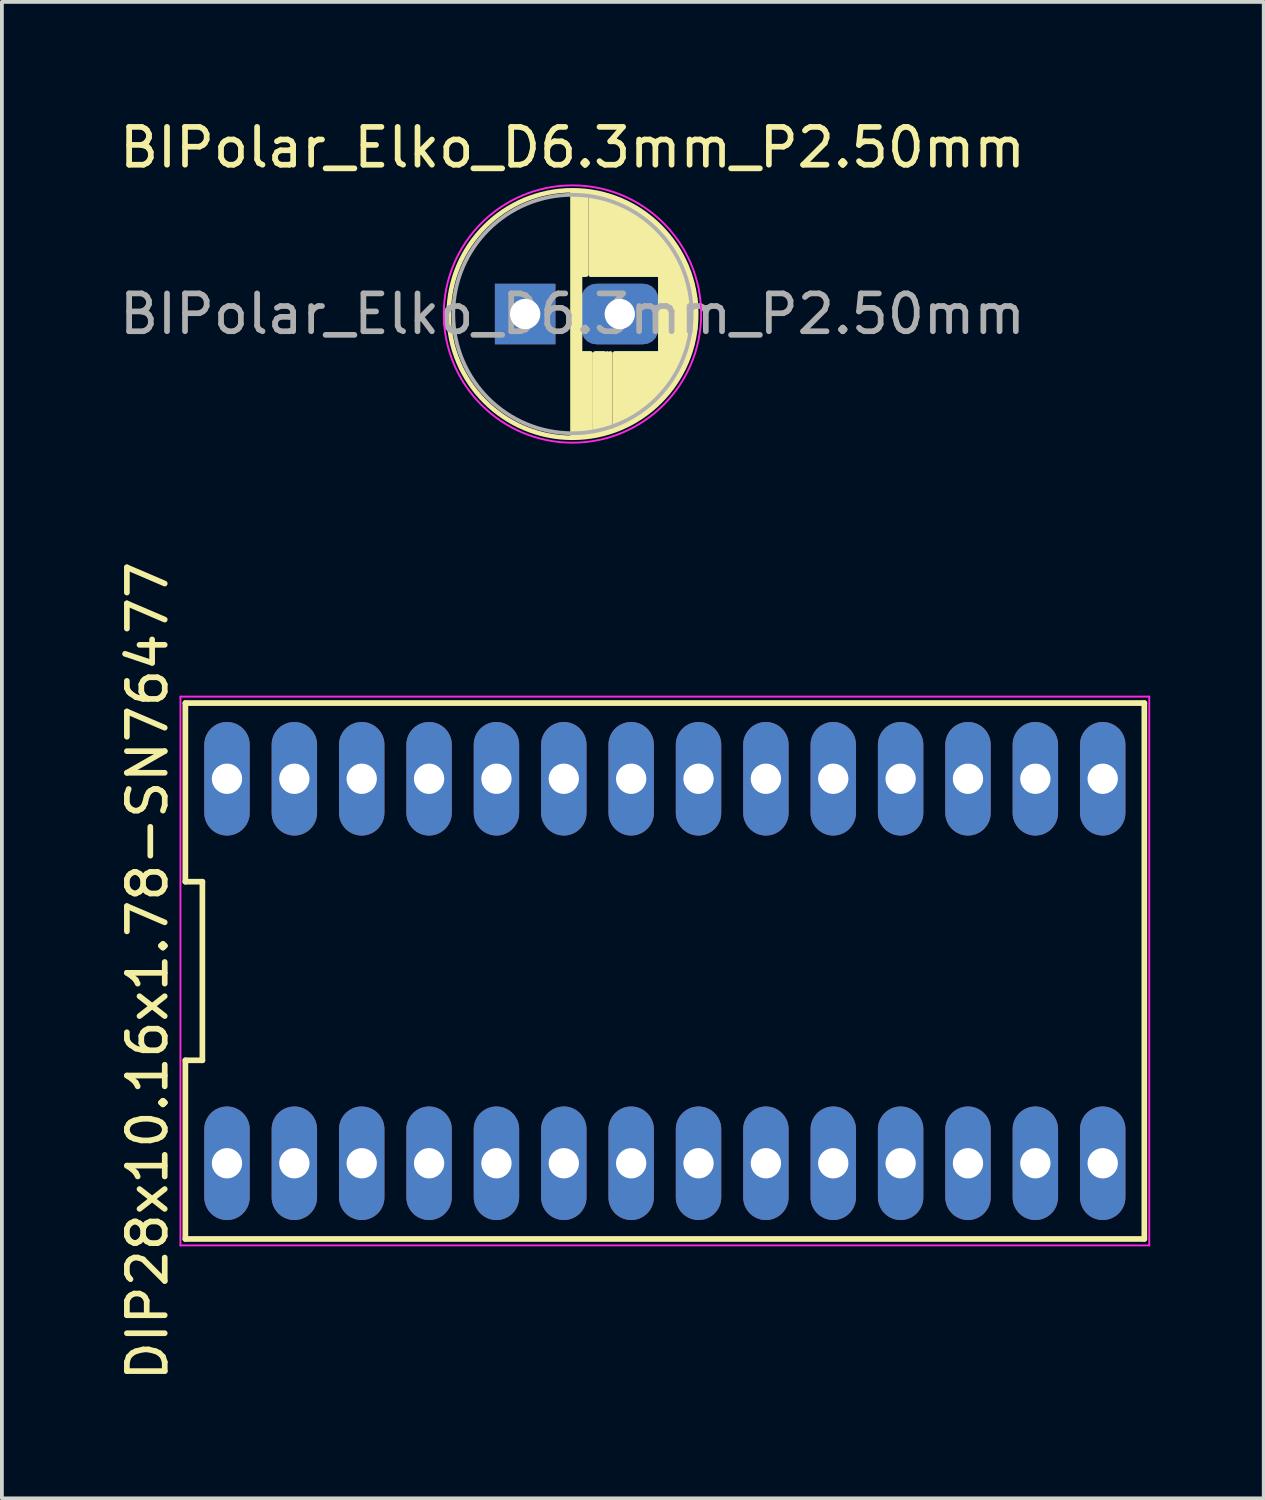
<source format=kicad_pcb>
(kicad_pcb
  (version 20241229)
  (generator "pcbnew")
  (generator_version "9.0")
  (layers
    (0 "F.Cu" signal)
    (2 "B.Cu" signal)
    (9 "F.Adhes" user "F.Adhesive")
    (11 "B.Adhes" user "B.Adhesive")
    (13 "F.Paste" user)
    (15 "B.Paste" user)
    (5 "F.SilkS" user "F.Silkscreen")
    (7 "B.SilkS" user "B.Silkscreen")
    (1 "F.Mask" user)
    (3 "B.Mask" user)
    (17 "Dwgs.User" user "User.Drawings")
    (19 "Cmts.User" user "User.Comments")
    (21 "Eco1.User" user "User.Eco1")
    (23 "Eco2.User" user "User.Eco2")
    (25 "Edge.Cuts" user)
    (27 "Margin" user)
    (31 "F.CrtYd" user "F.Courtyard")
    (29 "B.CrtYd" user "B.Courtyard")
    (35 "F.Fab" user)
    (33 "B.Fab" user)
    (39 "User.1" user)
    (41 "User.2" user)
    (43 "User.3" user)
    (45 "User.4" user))
  (footprint "BIPolar_Elko_D6.3mm_P2.50mm"
    (layer "F.Cu")
    (at 10.827 5.248)
    (property "Reference" "BIPolar_Elko_D6.3mm_P2.50mm" (at 1.25 -4.4 0) (layer "F.SilkS") (effects (font (size 1 1) (thickness 0.15))))
    (attr through_hole)
    (fp_line (start 1.25 -3.23) (end 1.25 3.23) (stroke (width 0.12) (type solid)) (layer "F.SilkS"))
    (fp_line (start 1.29 -3.23) (end 1.29 3.23) (stroke (width 0.12) (type solid)) (layer "F.SilkS"))
    (fp_line (start 1.33 -3.23) (end 1.33 3.23) (stroke (width 0.12) (type solid)) (layer "F.SilkS"))
    (fp_line (start 1.37 -3.228) (end 1.37 3.228) (stroke (width 0.12) (type solid)) (layer "F.SilkS"))
    (fp_line (start 1.41 -3.227) (end 1.41 3.227) (stroke (width 0.12) (type solid)) (layer "F.SilkS"))
    (fp_line (start 1.45 -3.224) (end 1.45 3.224) (stroke (width 0.12) (type solid)) (layer "F.SilkS"))
    (fp_line (start 1.49 -3.222) (end 1.49 -1.04) (stroke (width 0.12) (type solid)) (layer "F.SilkS"))
    (fp_line (start 1.49 1.04) (end 1.49 3.222) (stroke (width 0.12) (type solid)) (layer "F.SilkS"))
    (fp_line (start 1.53 -3.218) (end 1.53 -1.04) (stroke (width 0.12) (type solid)) (layer "F.SilkS"))
    (fp_line (start 1.53 1.04) (end 1.53 3.218) (stroke (width 0.12) (type solid)) (layer "F.SilkS"))
    (fp_line (start 1.57 -3.215) (end 1.57 -1.04) (stroke (width 0.12) (type solid)) (layer "F.SilkS"))
    (fp_line (start 1.57 1.04) (end 1.57 3.215) (stroke (width 0.12) (type solid)) (layer "F.SilkS"))
    (fp_line (start 1.61 -3.211) (end 1.61 -1.04) (stroke (width 0.12) (type solid)) (layer "F.SilkS"))
    (fp_line (start 1.61 1.04) (end 1.61 3.211) (stroke (width 0.12) (type solid)) (layer "F.SilkS"))
    (fp_line (start 1.65 1.04) (end 1.65 3.206) (stroke (width 0.12) (type solid)) (layer "F.SilkS"))
    (fp_line (start 1.69 1.04) (end 1.69 3.201) (stroke (width 0.12) (type solid)) (layer "F.SilkS"))
    (fp_line (start 1.73 -3.195) (end 1.73 -1.04) (stroke (width 0.12) (type solid)) (layer "F.SilkS"))
    (fp_line (start 1.73 1.04) (end 1.73 3.195) (stroke (width 0.12) (type solid)) (layer "F.SilkS"))
    (fp_line (start 1.77 -3.189) (end 1.77 -1.04) (stroke (width 0.12) (type solid)) (layer "F.SilkS"))
    (fp_line (start 1.81 -3.182) (end 1.81 -1.04) (stroke (width 0.12) (type solid)) (layer "F.SilkS"))
    (fp_line (start 1.85 -3.175) (end 1.85 -1.04) (stroke (width 0.12) (type solid)) (layer "F.SilkS"))
    (fp_line (start 1.85 1.04) (end 1.85 3.175) (stroke (width 0.12) (type solid)) (layer "F.SilkS"))
    (fp_line (start 1.89 -3.167) (end 1.89 -1.04) (stroke (width 0.12) (type solid)) (layer "F.SilkS"))
    (fp_line (start 1.89 1.04) (end 1.89 3.167) (stroke (width 0.12) (type solid)) (layer "F.SilkS"))
    (fp_line (start 1.93 -3.159) (end 1.93 -1.04) (stroke (width 0.12) (type solid)) (layer "F.SilkS"))
    (fp_line (start 1.93 1.04) (end 1.93 3.159) (stroke (width 0.12) (type solid)) (layer "F.SilkS"))
    (fp_line (start 1.971 -3.15) (end 1.971 -1.04) (stroke (width 0.12) (type solid)) (layer "F.SilkS"))
    (fp_line (start 1.971 1.04) (end 1.971 3.15) (stroke (width 0.12) (type solid)) (layer "F.SilkS"))
    (fp_line (start 2.011 -3.141) (end 2.011 -1.04) (stroke (width 0.12) (type solid)) (layer "F.SilkS"))
    (fp_line (start 2.011 1.04) (end 2.011 3.141) (stroke (width 0.12) (type solid)) (layer "F.SilkS"))
    (fp_line (start 2.051 -3.131) (end 2.051 -1.04) (stroke (width 0.12) (type solid)) (layer "F.SilkS"))
    (fp_line (start 2.051 1.04) (end 2.051 3.131) (stroke (width 0.12) (type solid)) (layer "F.SilkS"))
    (fp_line (start 2.091 -3.121) (end 2.091 -1.04) (stroke (width 0.12) (type solid)) (layer "F.SilkS"))
    (fp_line (start 2.091 1.04) (end 2.091 3.121) (stroke (width 0.12) (type solid)) (layer "F.SilkS"))
    (fp_line (start 2.131 -3.11) (end 2.131 -1.04) (stroke (width 0.12) (type solid)) (layer "F.SilkS"))
    (fp_line (start 2.171 -3.098) (end 2.171 -1.04) (stroke (width 0.12) (type solid)) (layer "F.SilkS"))
    (fp_line (start 2.171 1.04) (end 2.171 3.098) (stroke (width 0.12) (type solid)) (layer "F.SilkS"))
    (fp_line (start 2.211 -3.086) (end 2.211 -1.04) (stroke (width 0.12) (type solid)) (layer "F.SilkS"))
    (fp_line (start 2.251 -3.074) (end 2.251 -1.04) (stroke (width 0.12) (type solid)) (layer "F.SilkS"))
    (fp_line (start 2.251 1.04) (end 2.251 3.074) (stroke (width 0.12) (type solid)) (layer "F.SilkS"))
    (fp_line (start 2.291 -3.061) (end 2.291 -1.04) (stroke (width 0.12) (type solid)) (layer "F.SilkS"))
    (fp_line (start 2.331 -3.047) (end 2.331 -1.04) (stroke (width 0.12) (type solid)) (layer "F.SilkS"))
    (fp_line (start 2.371 -3.033) (end 2.371 -1.04) (stroke (width 0.12) (type solid)) (layer "F.SilkS"))
    (fp_line (start 2.371 1.04) (end 2.371 3.033) (stroke (width 0.12) (type solid)) (layer "F.SilkS"))
    (fp_line (start 2.411 -3.018) (end 2.411 -1.04) (stroke (width 0.12) (type solid)) (layer "F.SilkS"))
    (fp_line (start 2.411 1.04) (end 2.411 3.018) (stroke (width 0.12) (type solid)) (layer "F.SilkS"))
    (fp_line (start 2.451 -3.002) (end 2.451 -1.04) (stroke (width 0.12) (type solid)) (layer "F.SilkS"))
    (fp_line (start 2.451 1.04) (end 2.451 3.002) (stroke (width 0.12) (type solid)) (layer "F.SilkS"))
    (fp_line (start 2.491 -2.986) (end 2.491 -1.04) (stroke (width 0.12) (type solid)) (layer "F.SilkS"))
    (fp_line (start 2.491 1.04) (end 2.491 2.986) (stroke (width 0.12) (type solid)) (layer "F.SilkS"))
    (fp_line (start 2.531 -2.97) (end 2.531 -1.04) (stroke (width 0.12) (type solid)) (layer "F.SilkS"))
    (fp_line (start 2.531 1.04) (end 2.531 2.97) (stroke (width 0.12) (type solid)) (layer "F.SilkS"))
    (fp_line (start 2.571 -2.952) (end 2.571 -1.04) (stroke (width 0.12) (type solid)) (layer "F.SilkS"))
    (fp_line (start 2.571 1.04) (end 2.571 2.952) (stroke (width 0.12) (type solid)) (layer "F.SilkS"))
    (fp_line (start 2.611 -2.934) (end 2.611 -1.04) (stroke (width 0.12) (type solid)) (layer "F.SilkS"))
    (fp_line (start 2.611 1.04) (end 2.611 2.934) (stroke (width 0.12) (type solid)) (layer "F.SilkS"))
    (fp_line (start 2.651 -2.916) (end 2.651 -1.04) (stroke (width 0.12) (type solid)) (layer "F.SilkS"))
    (fp_line (start 2.651 1.04) (end 2.651 2.916) (stroke (width 0.12) (type solid)) (layer "F.SilkS"))
    (fp_line (start 2.691 -2.896) (end 2.691 -1.04) (stroke (width 0.12) (type solid)) (layer "F.SilkS"))
    (fp_line (start 2.691 1.04) (end 2.691 2.896) (stroke (width 0.12) (type solid)) (layer "F.SilkS"))
    (fp_line (start 2.731 -2.876) (end 2.731 -1.04) (stroke (width 0.12) (type solid)) (layer "F.SilkS"))
    (fp_line (start 2.731 1.04) (end 2.731 2.876) (stroke (width 0.12) (type solid)) (layer "F.SilkS"))
    (fp_line (start 2.771 -2.856) (end 2.771 -1.04) (stroke (width 0.12) (type solid)) (layer "F.SilkS"))
    (fp_line (start 2.771 1.04) (end 2.771 2.856) (stroke (width 0.12) (type solid)) (layer "F.SilkS"))
    (fp_line (start 2.811 -2.834) (end 2.811 -1.04) (stroke (width 0.12) (type solid)) (layer "F.SilkS"))
    (fp_line (start 2.811 1.04) (end 2.811 2.834) (stroke (width 0.12) (type solid)) (layer "F.SilkS"))
    (fp_line (start 2.851 -2.812) (end 2.851 -1.04) (stroke (width 0.12) (type solid)) (layer "F.SilkS"))
    (fp_line (start 2.851 1.04) (end 2.851 2.812) (stroke (width 0.12) (type solid)) (layer "F.SilkS"))
    (fp_line (start 2.891 -2.79) (end 2.891 -1.04) (stroke (width 0.12) (type solid)) (layer "F.SilkS"))
    (fp_line (start 2.891 1.04) (end 2.891 2.79) (stroke (width 0.12) (type solid)) (layer "F.SilkS"))
    (fp_line (start 2.931 -2.766) (end 2.931 -1.04) (stroke (width 0.12) (type solid)) (layer "F.SilkS"))
    (fp_line (start 2.931 1.04) (end 2.931 2.766) (stroke (width 0.12) (type solid)) (layer "F.SilkS"))
    (fp_line (start 2.971 -2.742) (end 2.971 -1.04) (stroke (width 0.12) (type solid)) (layer "F.SilkS"))
    (fp_line (start 2.971 1.04) (end 2.971 2.742) (stroke (width 0.12) (type solid)) (layer "F.SilkS"))
    (fp_line (start 3.011 -2.716) (end 3.011 -1.04) (stroke (width 0.12) (type solid)) (layer "F.SilkS"))
    (fp_line (start 3.011 1.04) (end 3.011 2.716) (stroke (width 0.12) (type solid)) (layer "F.SilkS"))
    (fp_line (start 3.051 -2.69) (end 3.051 -1.04) (stroke (width 0.12) (type solid)) (layer "F.SilkS"))
    (fp_line (start 3.051 1.04) (end 3.051 2.69) (stroke (width 0.12) (type solid)) (layer "F.SilkS"))
    (fp_line (start 3.091 -2.664) (end 3.091 -1.04) (stroke (width 0.12) (type solid)) (layer "F.SilkS"))
    (fp_line (start 3.091 1.04) (end 3.091 2.664) (stroke (width 0.12) (type solid)) (layer "F.SilkS"))
    (fp_line (start 3.131 -2.636) (end 3.131 -1.04) (stroke (width 0.12) (type solid)) (layer "F.SilkS"))
    (fp_line (start 3.131 1.04) (end 3.131 2.636) (stroke (width 0.12) (type solid)) (layer "F.SilkS"))
    (fp_line (start 3.171 -2.607) (end 3.171 -1.04) (stroke (width 0.12) (type solid)) (layer "F.SilkS"))
    (fp_line (start 3.171 1.04) (end 3.171 2.607) (stroke (width 0.12) (type solid)) (layer "F.SilkS"))
    (fp_line (start 3.211 -2.578) (end 3.211 -1.04) (stroke (width 0.12) (type solid)) (layer "F.SilkS"))
    (fp_line (start 3.211 1.04) (end 3.211 2.578) (stroke (width 0.12) (type solid)) (layer "F.SilkS"))
    (fp_line (start 3.251 -2.548) (end 3.251 -1.04) (stroke (width 0.12) (type solid)) (layer "F.SilkS"))
    (fp_line (start 3.251 1.04) (end 3.251 2.548) (stroke (width 0.12) (type solid)) (layer "F.SilkS"))
    (fp_line (start 3.291 -2.516) (end 3.291 -1.04) (stroke (width 0.12) (type solid)) (layer "F.SilkS"))
    (fp_line (start 3.291 1.04) (end 3.291 2.516) (stroke (width 0.12) (type solid)) (layer "F.SilkS"))
    (fp_line (start 3.331 -2.484) (end 3.331 -1.04) (stroke (width 0.12) (type solid)) (layer "F.SilkS"))
    (fp_line (start 3.331 1.04) (end 3.331 2.484) (stroke (width 0.12) (type solid)) (layer "F.SilkS"))
    (fp_line (start 3.371 -2.45) (end 3.371 -1.04) (stroke (width 0.12) (type solid)) (layer "F.SilkS"))
    (fp_line (start 3.371 1.04) (end 3.371 2.45) (stroke (width 0.12) (type solid)) (layer "F.SilkS"))
    (fp_line (start 3.411 -2.416) (end 3.411 -1.04) (stroke (width 0.12) (type solid)) (layer "F.SilkS"))
    (fp_line (start 3.411 1.04) (end 3.411 2.416) (stroke (width 0.12) (type solid)) (layer "F.SilkS"))
    (fp_line (start 3.451 -2.38) (end 3.451 -1.04) (stroke (width 0.12) (type solid)) (layer "F.SilkS"))
    (fp_line (start 3.451 1.04) (end 3.451 2.38) (stroke (width 0.12) (type solid)) (layer "F.SilkS"))
    (fp_line (start 3.491 -2.343) (end 3.491 -1.04) (stroke (width 0.12) (type solid)) (layer "F.SilkS"))
    (fp_line (start 3.491 1.04) (end 3.491 2.343) (stroke (width 0.12) (type solid)) (layer "F.SilkS"))
    (fp_line (start 3.531 -2.305) (end 3.531 -1.04) (stroke (width 0.12) (type solid)) (layer "F.SilkS"))
    (fp_line (start 3.531 1.04) (end 3.531 2.305) (stroke (width 0.12) (type solid)) (layer "F.SilkS"))
    (fp_line (start 3.571 -2.265) (end 3.571 2.265) (stroke (width 0.12) (type solid)) (layer "F.SilkS"))
    (fp_line (start 3.611 -2.224) (end 3.611 2.224) (stroke (width 0.12) (type solid)) (layer "F.SilkS"))
    (fp_line (start 3.651 -2.182) (end 3.651 2.182) (stroke (width 0.12) (type solid)) (layer "F.SilkS"))
    (fp_line (start 3.691 -2.137) (end 3.691 2.137) (stroke (width 0.12) (type solid)) (layer "F.SilkS"))
    (fp_line (start 3.731 -2.092) (end 3.731 2.092) (stroke (width 0.12) (type solid)) (layer "F.SilkS"))
    (fp_line (start 3.771 -2.044) (end 3.771 2.044) (stroke (width 0.12) (type solid)) (layer "F.SilkS"))
    (fp_line (start 3.811 -1.995) (end 3.811 1.995) (stroke (width 0.12) (type solid)) (layer "F.SilkS"))
    (fp_line (start 3.851 -1.944) (end 3.851 1.944) (stroke (width 0.12) (type solid)) (layer "F.SilkS"))
    (fp_line (start 3.891 -1.89) (end 3.891 1.89) (stroke (width 0.12) (type solid)) (layer "F.SilkS"))
    (fp_line (start 3.931 -1.834) (end 3.931 1.834) (stroke (width 0.12) (type solid)) (layer "F.SilkS"))
    (fp_line (start 3.971 -1.776) (end 3.971 1.776) (stroke (width 0.12) (type solid)) (layer "F.SilkS"))
    (fp_line (start 4.011 -1.714) (end 4.011 1.714) (stroke (width 0.12) (type solid)) (layer "F.SilkS"))
    (fp_line (start 4.051 -1.65) (end 4.051 1.65) (stroke (width 0.12) (type solid)) (layer "F.SilkS"))
    (fp_line (start 4.091 -1.581) (end 4.091 1.581) (stroke (width 0.12) (type solid)) (layer "F.SilkS"))
    (fp_line (start 4.131 -1.509) (end 4.131 1.509) (stroke (width 0.12) (type solid)) (layer "F.SilkS"))
    (fp_line (start 4.171 -1.432) (end 4.171 1.432) (stroke (width 0.12) (type solid)) (layer "F.SilkS"))
    (fp_line (start 4.211 -1.35) (end 4.211 1.35) (stroke (width 0.12) (type solid)) (layer "F.SilkS"))
    (fp_line (start 4.251 -1.262) (end 4.251 1.262) (stroke (width 0.12) (type solid)) (layer "F.SilkS"))
    (fp_line (start 4.291 -1.165) (end 4.291 1.165) (stroke (width 0.12) (type solid)) (layer "F.SilkS"))
    (fp_line (start 4.331 -1.059) (end 4.331 1.059) (stroke (width 0.12) (type solid)) (layer "F.SilkS"))
    (fp_line (start 4.371 -0.94) (end 4.371 0.94) (stroke (width 0.12) (type solid)) (layer "F.SilkS"))
    (fp_line (start 4.411 -0.802) (end 4.411 0.802) (stroke (width 0.12) (type solid)) (layer "F.SilkS"))
    (fp_line (start 4.451 -0.633) (end 4.451 0.633) (stroke (width 0.12) (type solid)) (layer "F.SilkS"))
    (fp_line (start 4.491 -0.402) (end 4.491 0.402) (stroke (width 0.12) (type solid)) (layer "F.SilkS"))
    (fp_circle (center 1.25 0) (end 4.52 0) (stroke (width 0.12) (type solid)) (fill no) (layer "F.SilkS"))
    (fp_circle (center 1.25 0) (end 4.65 0) (stroke (width 0.05) (type solid)) (fill no) (layer "F.CrtYd"))
    (fp_circle (center 1.25 0) (end 4.4 0) (stroke (width 0.1) (type solid)) (fill no) (layer "F.Fab"))
    (fp_text user "${REFERENCE}" (at 1.25 0 0) (layer "F.Fab") (effects (font (size 1 1) (thickness 0.15))))
    (pad "1" thru_hole rect (at 0 0) (size 1.6 1.6) (drill 0.8) (layers "*.Cu" "*.Mask"))
    (pad "2" thru_hole roundrect (at 2.5 0) (size 2.032 1.6) (drill 0.8) (layers "*.Cu" "*.Mask") (roundrect_rratio 0.25)))
  (footprint "DIP28x10.16x1.78-SN76477"
    (layer "F.Cu")
    (at 14.518 22.608)
    (property "Reference" "DIP28x10.16x1.78-SN76477" (at -13.67 0 90) (layer "F.SilkS") (effects (font (size 1 1) (thickness 0.15))))
    (attr through_hole)
    (fp_line (start -12.67 -7.08) (end -12.67 -2.36) (stroke (width 0.15) (type solid)) (layer "F.SilkS"))
    (fp_line (start -12.67 -2.36) (end -12.22 -2.36) (stroke (width 0.15) (type solid)) (layer "F.SilkS"))
    (fp_line (start -12.67 2.36) (end -12.67 7.08) (stroke (width 0.15) (type solid)) (layer "F.SilkS"))
    (fp_line (start -12.67 7.08) (end 12.67 7.08) (stroke (width 0.15) (type solid)) (layer "F.SilkS"))
    (fp_line (start -12.22 -2.36) (end -12.22 2.36) (stroke (width 0.15) (type solid)) (layer "F.SilkS"))
    (fp_line (start -12.22 2.36) (end -12.67 2.36) (stroke (width 0.15) (type solid)) (layer "F.SilkS"))
    (fp_line (start 12.67 -7.08) (end -12.67 -7.08) (stroke (width 0.15) (type solid)) (layer "F.SilkS"))
    (fp_line (start 12.67 7.08) (end 12.67 -7.08) (stroke (width 0.15) (type solid)) (layer "F.SilkS"))
    (fp_line (start -12.8 -7.25) (end 12.8 -7.25) (stroke (width 0.05) (type solid)) (layer "F.CrtYd"))
    (fp_line (start -12.8 7.25) (end -12.8 -7.25) (stroke (width 0.05) (type solid)) (layer "F.CrtYd"))
    (fp_line (start 12.8 -7.25) (end 12.8 7.25) (stroke (width 0.05) (type solid)) (layer "F.CrtYd"))
    (fp_line (start 12.8 7.25) (end -12.8 7.25) (stroke (width 0.05) (type solid)) (layer "F.CrtYd"))
    (pad "1" thru_hole oval (at -11.57 5.08) (size 1.2 3) (drill 0.8) (layers "*.Cu" "*.Mask"))
    (pad "2" thru_hole oval (at -9.79 5.08) (size 1.2 3) (drill 0.8) (layers "*.Cu" "*.Mask"))
    (pad "3" thru_hole oval (at -8.01 5.08) (size 1.2 3) (drill 0.8) (layers "*.Cu" "*.Mask"))
    (pad "4" thru_hole oval (at -6.23 5.08) (size 1.2 3) (drill 0.8) (layers "*.Cu" "*.Mask"))
    (pad "5" thru_hole oval (at -4.45 5.08) (size 1.2 3) (drill 0.8) (layers "*.Cu" "*.Mask"))
    (pad "6" thru_hole oval (at -2.67 5.08) (size 1.2 3) (drill 0.8) (layers "*.Cu" "*.Mask"))
    (pad "7" thru_hole oval (at -0.89 5.08) (size 1.2 3) (drill 0.8) (layers "*.Cu" "*.Mask"))
    (pad "8" thru_hole oval (at 0.89 5.08) (size 1.2 3) (drill 0.8) (layers "*.Cu" "*.Mask"))
    (pad "9" thru_hole oval (at 2.67 5.08) (size 1.2 3) (drill 0.8) (layers "*.Cu" "*.Mask"))
    (pad "10" thru_hole oval (at 4.45 5.08) (size 1.2 3) (drill 0.8) (layers "*.Cu" "*.Mask"))
    (pad "11" thru_hole oval (at 6.23 5.08) (size 1.2 3) (drill 0.8) (layers "*.Cu" "*.Mask"))
    (pad "12" thru_hole oval (at 8.01 5.08) (size 1.2 3) (drill 0.8) (layers "*.Cu" "*.Mask"))
    (pad "13" thru_hole oval (at 9.79 5.08) (size 1.2 3) (drill 0.8) (layers "*.Cu" "*.Mask"))
    (pad "14" thru_hole oval (at 11.57 5.08) (size 1.2 3) (drill 0.8) (layers "*.Cu" "*.Mask"))
    (pad "15" thru_hole oval (at 11.57 -5.08) (size 1.2 3) (drill 0.8) (layers "*.Cu" "*.Mask"))
    (pad "16" thru_hole oval (at 9.79 -5.08) (size 1.2 3) (drill 0.8) (layers "*.Cu" "*.Mask"))
    (pad "17" thru_hole oval (at 8.01 -5.08) (size 1.2 3) (drill 0.8) (layers "*.Cu" "*.Mask"))
    (pad "18" thru_hole oval (at 6.23 -5.08) (size 1.2 3) (drill 0.8) (layers "*.Cu" "*.Mask"))
    (pad "19" thru_hole oval (at 4.45 -5.08) (size 1.2 3) (drill 0.8) (layers "*.Cu" "*.Mask"))
    (pad "20" thru_hole oval (at 2.67 -5.08) (size 1.2 3) (drill 0.8) (layers "*.Cu" "*.Mask"))
    (pad "21" thru_hole oval (at 0.89 -5.08) (size 1.2 3) (drill 0.8) (layers "*.Cu" "*.Mask"))
    (pad "22" thru_hole oval (at -0.89 -5.08) (size 1.2 3) (drill 0.8) (layers "*.Cu" "*.Mask"))
    (pad "23" thru_hole oval (at -2.67 -5.08) (size 1.2 3) (drill 0.8) (layers "*.Cu" "*.Mask"))
    (pad "24" thru_hole oval (at -4.45 -5.08) (size 1.2 3) (drill 0.8) (layers "*.Cu" "*.Mask"))
    (pad "25" thru_hole oval (at -6.23 -5.08) (size 1.2 3) (drill 0.8) (layers "*.Cu" "*.Mask"))
    (pad "26" thru_hole oval (at -8.01 -5.08) (size 1.2 3) (drill 0.8) (layers "*.Cu" "*.Mask"))
    (pad "27" thru_hole oval (at -9.79 -5.08) (size 1.2 3) (drill 0.8) (layers "*.Cu" "*.Mask"))
    (pad "28" thru_hole oval (at -11.57 -5.08) (size 1.2 3) (drill 0.8) (layers "*.Cu" "*.Mask")))
  (gr_rect
    (start -3 -3)
    (end 30.343 36.542)
    (stroke (width 0.1) (type default))
    (fill no)
    (layer "Edge.Cuts")))
</source>
